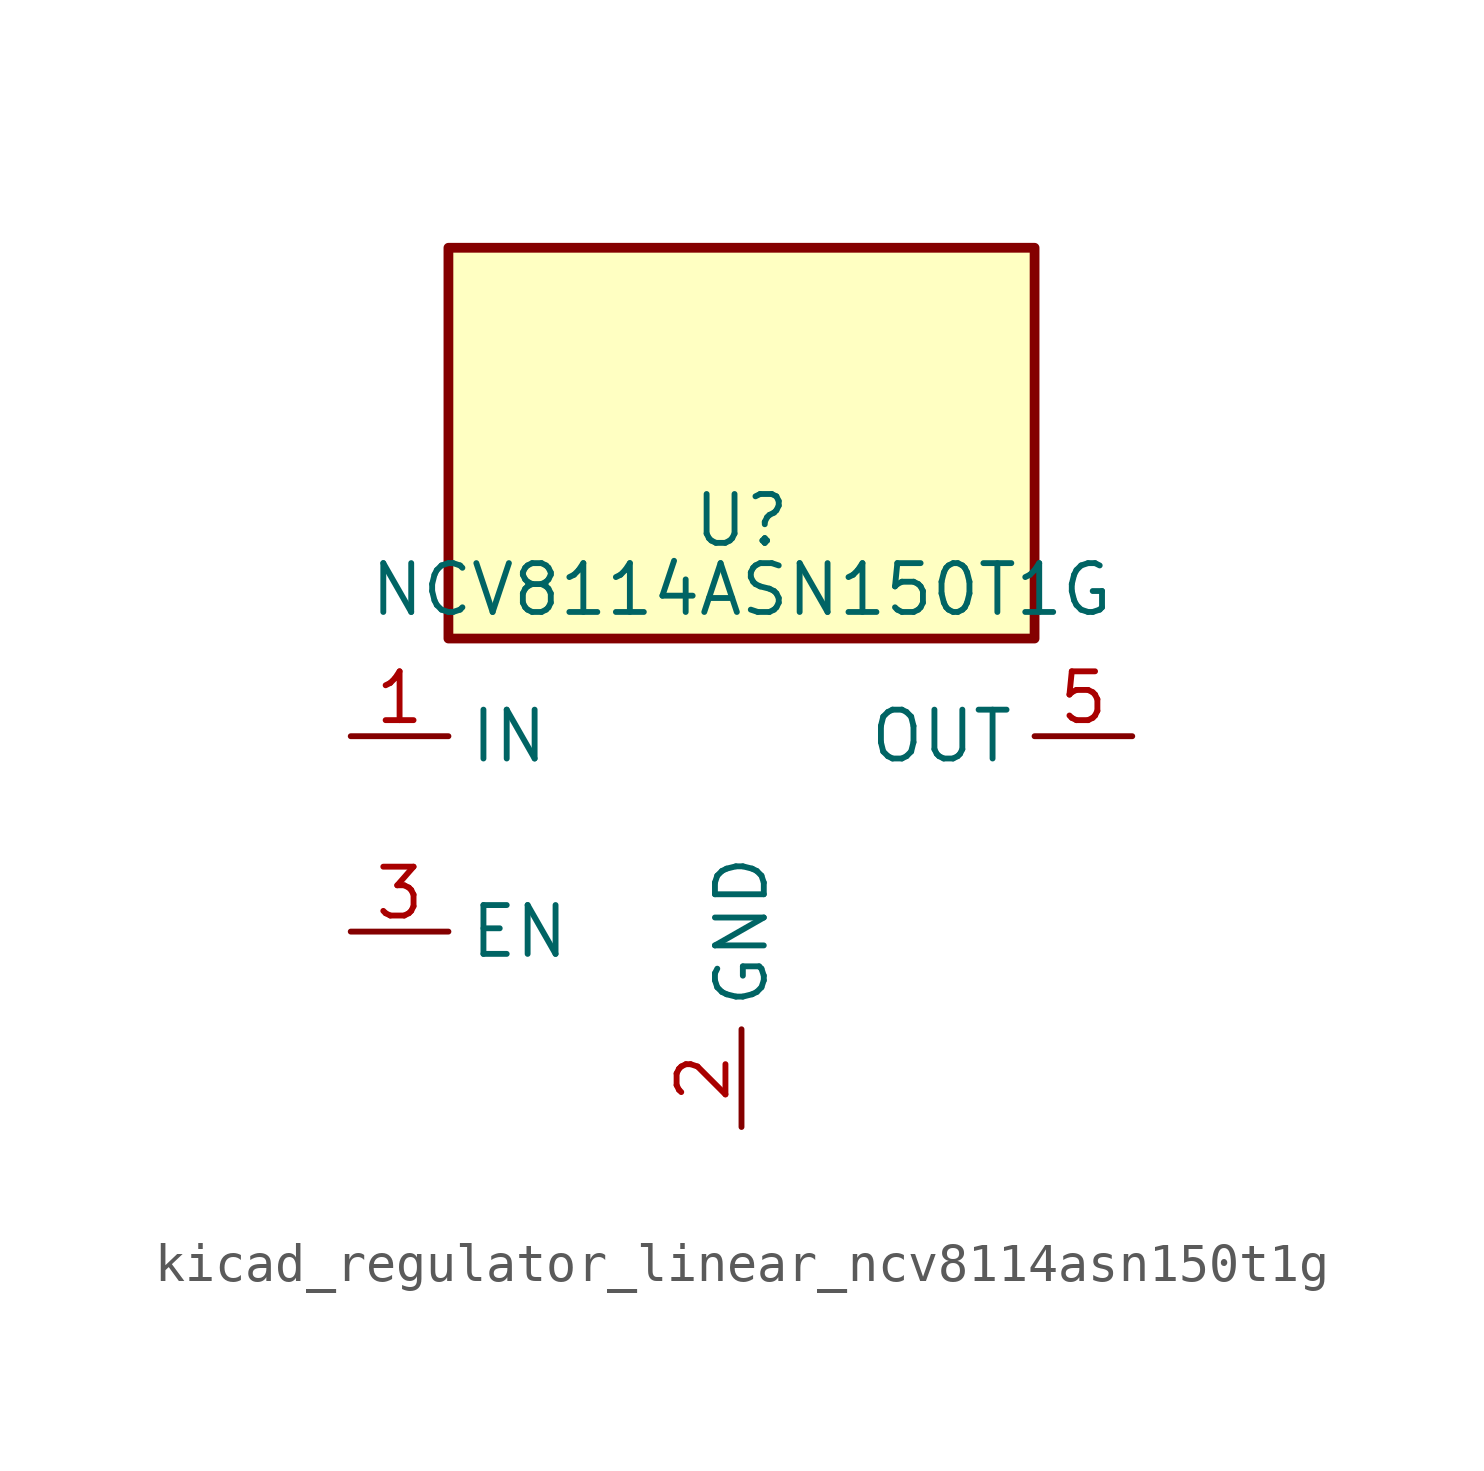
<source format=kicad_sym>
(kicad_symbol_lib
  (version 20220914)
  (generator kicad_symbol_editor)
  (symbol "kicad_regulator_linear_ncv8114asn150t1g"
    (property "Reference" "U"
      (at 0 8.89 0)
      (effects (font (size 1.27 1.27)) (justify top)))
    (property "Value" "NCV8114ASN150T1G"
      (at 0 6.35 0)
      (effects (font (size 1.27 1.27))))
    (symbol "kicad_regulator_linear_ncv8114asn150t1g_0_1"
      (rectangle (start 7.62 15.24) (end -7.62 5.08) (stroke (width 0.254) (type default)) (fill (type background))))
    (symbol "kicad_regulator_linear_ncv8114asn150t1g_1_1"
      (pin power_in line (at -10.16 2.54 0) (length 2.54) (name "IN" (effects (font (size 1.27 1.27)))) (number "1" (effects (font (size 1.27 1.27)))))
      (pin power_in line (at 0 -7.62 90) (length 2.54) (name "GND" (effects (font (size 1.27 1.27)))) (number "2" (effects (font (size 1.27 1.27)))))
      (pin input line (at -10.16 -2.54 0) (length 2.54) (name "EN" (effects (font (size 1.27 1.27)))) (number "3" (effects (font (size 1.27 1.27)))))
      (pin no_connect line (at 7.62 -2.54 180) (length 2.54) hide (name "NC" (effects (font (size 1.27 1.27)))) (number "4" (effects (font (size 1.27 1.27)))))
      (pin power_out line (at 10.16 2.54 180) (length 2.54) (name "OUT" (effects (font (size 1.27 1.27)))) (number "5" (effects (font (size 1.27 1.27))))))))
</source>
